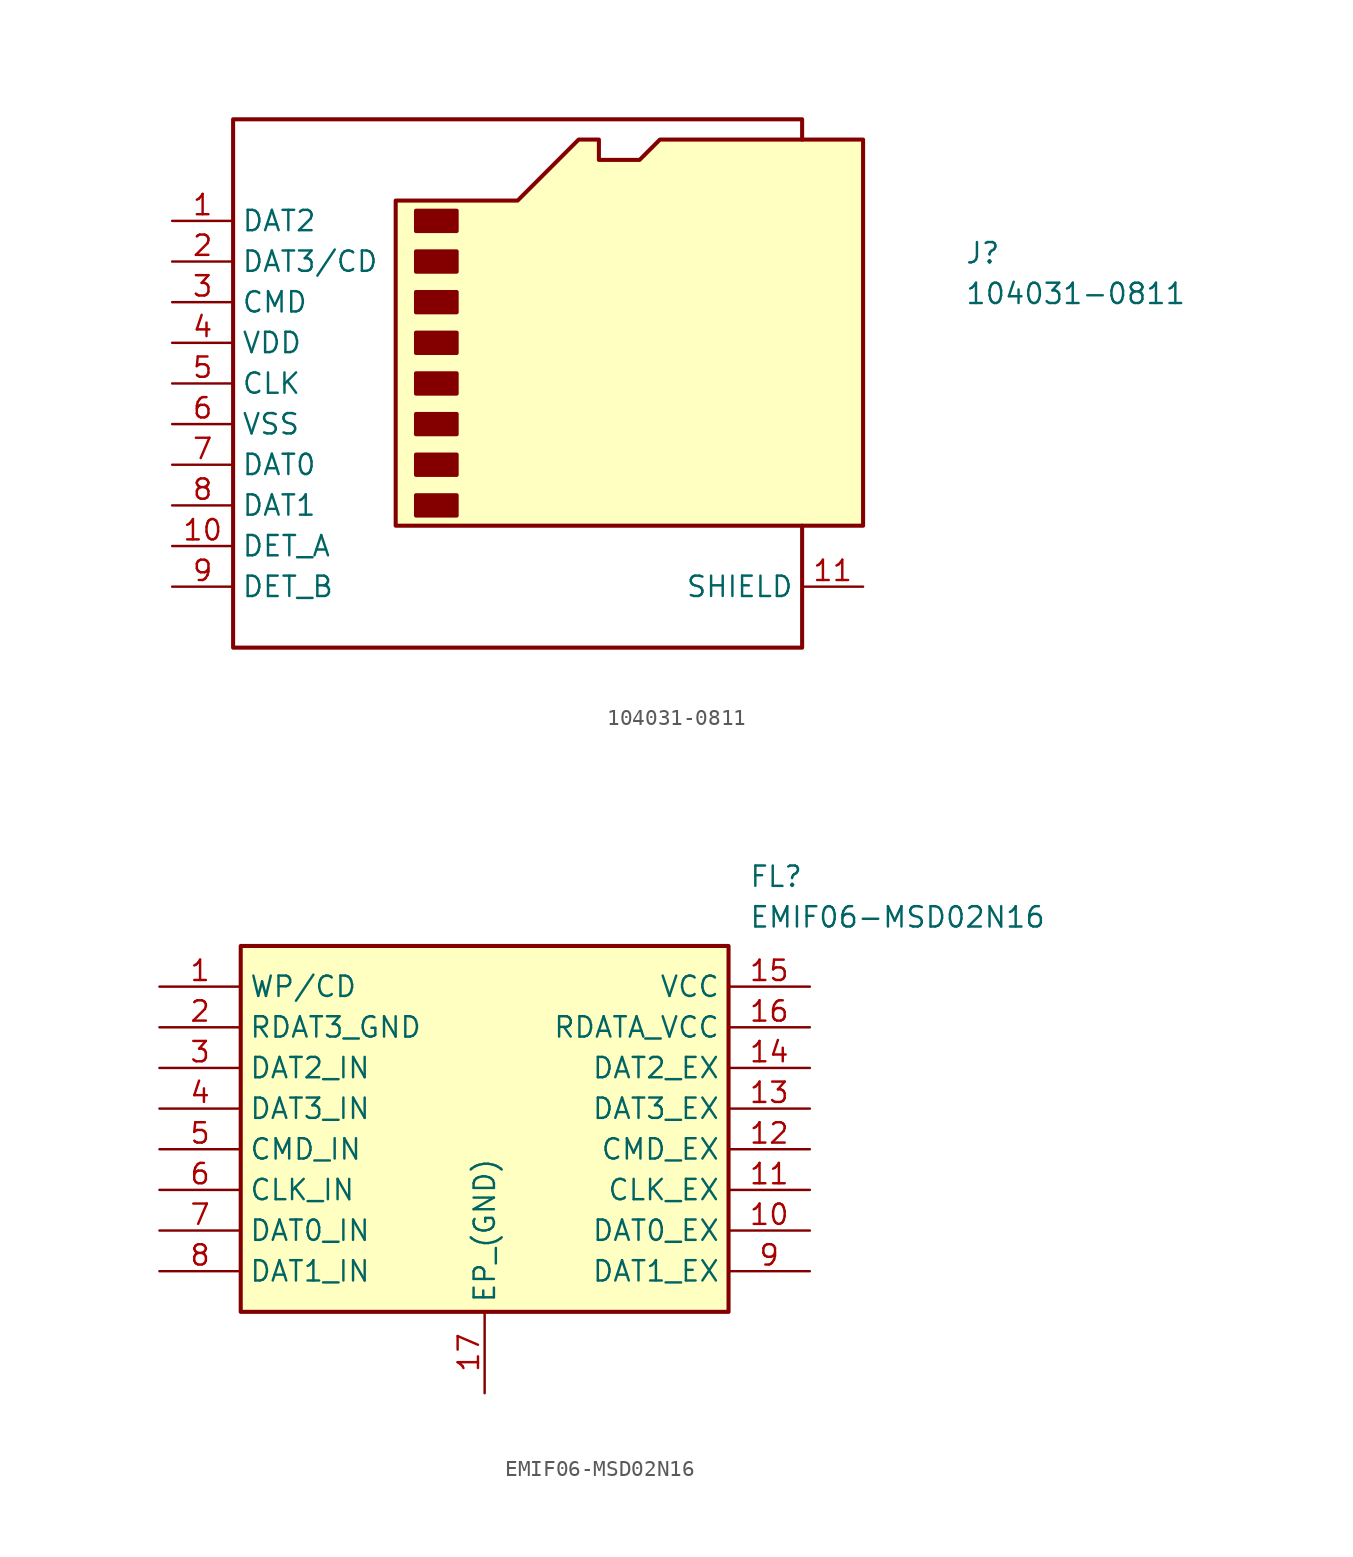
<source format=kicad_sym>
(kicad_symbol_lib
  (version 20241209)
  (generator "kicad_symbol_editor")
  (generator_version "9.0")
  (symbol "104031-0811"
    (property "Reference" "J"
      (at 29.21 7.62 0)
      (effects (font (size 1.27 1.27)) (justify left top)))
    (property "Value" "104031-0811"
      (at 29.21 5.08 0)
      (effects (font (size 1.27 1.27)) (justify left top)))
    (symbol "104031-0811_0_1"
      (polyline (pts (xy -6.35 -10.16) (xy -6.35 10.16) (xy 1.27 10.16) (xy 5.08 13.97) (xy 6.35 13.97) (xy 6.35 12.7) (xy 8.89 12.7) (xy 10.16 13.97) (xy 22.86 13.97) (xy 22.86 -10.16) (xy -6.35 -10.16)) (stroke (width 0.254) (type default)) (fill (type background)))
      (rectangle (start -5.08 9.525) (end -2.54 8.255) (stroke (width 0.254) (type default)) (fill (type outline)))
      (rectangle (start -5.08 6.985) (end -2.54 5.715) (stroke (width 0.254) (type default)) (fill (type outline)))
      (rectangle (start -5.08 4.445) (end -2.54 3.175) (stroke (width 0.254) (type default)) (fill (type outline)))
      (rectangle (start -5.08 1.905) (end -2.54 0.635) (stroke (width 0.254) (type default)) (fill (type outline)))
      (rectangle (start -5.08 -0.635) (end -2.54 -1.905) (stroke (width 0.254) (type default)) (fill (type outline)))
      (rectangle (start -5.08 -3.175) (end -2.54 -4.445) (stroke (width 0.254) (type default)) (fill (type outline)))
      (rectangle (start -5.08 -5.715) (end -2.54 -6.985) (stroke (width 0.254) (type default)) (fill (type outline)))
      (rectangle (start -5.08 -8.255) (end -2.54 -9.525) (stroke (width 0.254) (type default)) (fill (type outline)))
      (polyline (pts (xy 19.05 13.97) (xy 19.05 15.24) (xy -16.51 15.24) (xy -16.51 -17.78) (xy 19.05 -17.78) (xy 19.05 -10.16)) (stroke (width 0.254) (type default)) (fill (type none))))
    (symbol "104031-0811_1_1"
      (pin bidirectional line (at -20.32 8.89 0) (length 3.81) (name "DAT2" (effects (font (size 1.27 1.27)))) (number "1" (effects (font (size 1.27 1.27)))))
      (pin bidirectional line (at -20.32 6.35 0) (length 3.81) (name "DAT3/CD" (effects (font (size 1.27 1.27)))) (number "2" (effects (font (size 1.27 1.27)))))
      (pin input line (at -20.32 3.81 0) (length 3.81) (name "CMD" (effects (font (size 1.27 1.27)))) (number "3" (effects (font (size 1.27 1.27)))))
      (pin power_in line (at -20.32 1.27 0) (length 3.81) (name "VDD" (effects (font (size 1.27 1.27)))) (number "4" (effects (font (size 1.27 1.27)))))
      (pin input line (at -20.32 -1.27 0) (length 3.81) (name "CLK" (effects (font (size 1.27 1.27)))) (number "5" (effects (font (size 1.27 1.27)))))
      (pin power_in line (at -20.32 -3.81 0) (length 3.81) (name "VSS" (effects (font (size 1.27 1.27)))) (number "6" (effects (font (size 1.27 1.27)))))
      (pin bidirectional line (at -20.32 -6.35 0) (length 3.81) (name "DAT0" (effects (font (size 1.27 1.27)))) (number "7" (effects (font (size 1.27 1.27)))))
      (pin bidirectional line (at -20.32 -8.89 0) (length 3.81) (name "DAT1" (effects (font (size 1.27 1.27)))) (number "8" (effects (font (size 1.27 1.27)))))
      (pin passive line (at -20.32 -11.43 0) (length 3.81) (name "DET_A" (effects (font (size 1.27 1.27)))) (number "10" (effects (font (size 1.27 1.27)))))
      (pin passive line (at -20.32 -13.97 0) (length 3.81) (name "DET_B" (effects (font (size 1.27 1.27)))) (number "9" (effects (font (size 1.27 1.27)))))
      (pin passive line (at 22.86 -13.97 180) (length 3.81) (name "SHIELD" (effects (font (size 1.27 1.27)))) (number "11" (effects (font (size 1.27 1.27)))))))
  (symbol "EMIF06-MSD02N16"
    (property "Reference" "FL"
      (at 16.51 15.24 0)
      (effects (font (size 1.27 1.27)) (justify left top)))
    (property "Value" "EMIF06-MSD02N16"
      (at 16.51 12.7 0)
      (effects (font (size 1.27 1.27)) (justify left top)))
    (symbol "EMIF06-MSD02N16_1_1"
      (rectangle (start -15.24 10.16) (end 15.24 -12.7) (stroke (width 0.254) (type default)) (fill (type background)))
      (pin passive line (at -20.32 7.62 0) (length 5.08) (name "WP/CD" (effects (font (size 1.27 1.27)))) (number "1" (effects (font (size 1.27 1.27)))))
      (pin passive line (at -20.32 5.08 0) (length 5.08) (name "RDAT3_GND" (effects (font (size 1.27 1.27)))) (number "2" (effects (font (size 1.27 1.27)))))
      (pin passive line (at -20.32 2.54 0) (length 5.08) (name "DAT2_IN" (effects (font (size 1.27 1.27)))) (number "3" (effects (font (size 1.27 1.27)))))
      (pin passive line (at -20.32 0 0) (length 5.08) (name "DAT3_IN" (effects (font (size 1.27 1.27)))) (number "4" (effects (font (size 1.27 1.27)))))
      (pin passive line (at -20.32 -2.54 0) (length 5.08) (name "CMD_IN" (effects (font (size 1.27 1.27)))) (number "5" (effects (font (size 1.27 1.27)))))
      (pin passive line (at -20.32 -5.08 0) (length 5.08) (name "CLK_IN" (effects (font (size 1.27 1.27)))) (number "6" (effects (font (size 1.27 1.27)))))
      (pin passive line (at -20.32 -7.62 0) (length 5.08) (name "DAT0_IN" (effects (font (size 1.27 1.27)))) (number "7" (effects (font (size 1.27 1.27)))))
      (pin passive line (at -20.32 -10.16 0) (length 5.08) (name "DAT1_IN" (effects (font (size 1.27 1.27)))) (number "8" (effects (font (size 1.27 1.27)))))
      (pin passive line (at 0 -17.78 90) (length 5.08) (name "EP_(GND)" (effects (font (size 1.27 1.27)))) (number "17" (effects (font (size 1.27 1.27)))))
      (pin passive line (at 20.32 7.62 180) (length 5.08) (name "VCC" (effects (font (size 1.27 1.27)))) (number "15" (effects (font (size 1.27 1.27)))))
      (pin passive line (at 20.32 5.08 180) (length 5.08) (name "RDATA_VCC" (effects (font (size 1.27 1.27)))) (number "16" (effects (font (size 1.27 1.27)))))
      (pin passive line (at 20.32 2.54 180) (length 5.08) (name "DAT2_EX" (effects (font (size 1.27 1.27)))) (number "14" (effects (font (size 1.27 1.27)))))
      (pin passive line (at 20.32 0 180) (length 5.08) (name "DAT3_EX" (effects (font (size 1.27 1.27)))) (number "13" (effects (font (size 1.27 1.27)))))
      (pin passive line (at 20.32 -2.54 180) (length 5.08) (name "CMD_EX" (effects (font (size 1.27 1.27)))) (number "12" (effects (font (size 1.27 1.27)))))
      (pin passive line (at 20.32 -5.08 180) (length 5.08) (name "CLK_EX" (effects (font (size 1.27 1.27)))) (number "11" (effects (font (size 1.27 1.27)))))
      (pin passive line (at 20.32 -7.62 180) (length 5.08) (name "DAT0_EX" (effects (font (size 1.27 1.27)))) (number "10" (effects (font (size 1.27 1.27)))))
      (pin passive line (at 20.32 -10.16 180) (length 5.08) (name "DAT1_EX" (effects (font (size 1.27 1.27)))) (number "9" (effects (font (size 1.27 1.27))))))))
</source>
